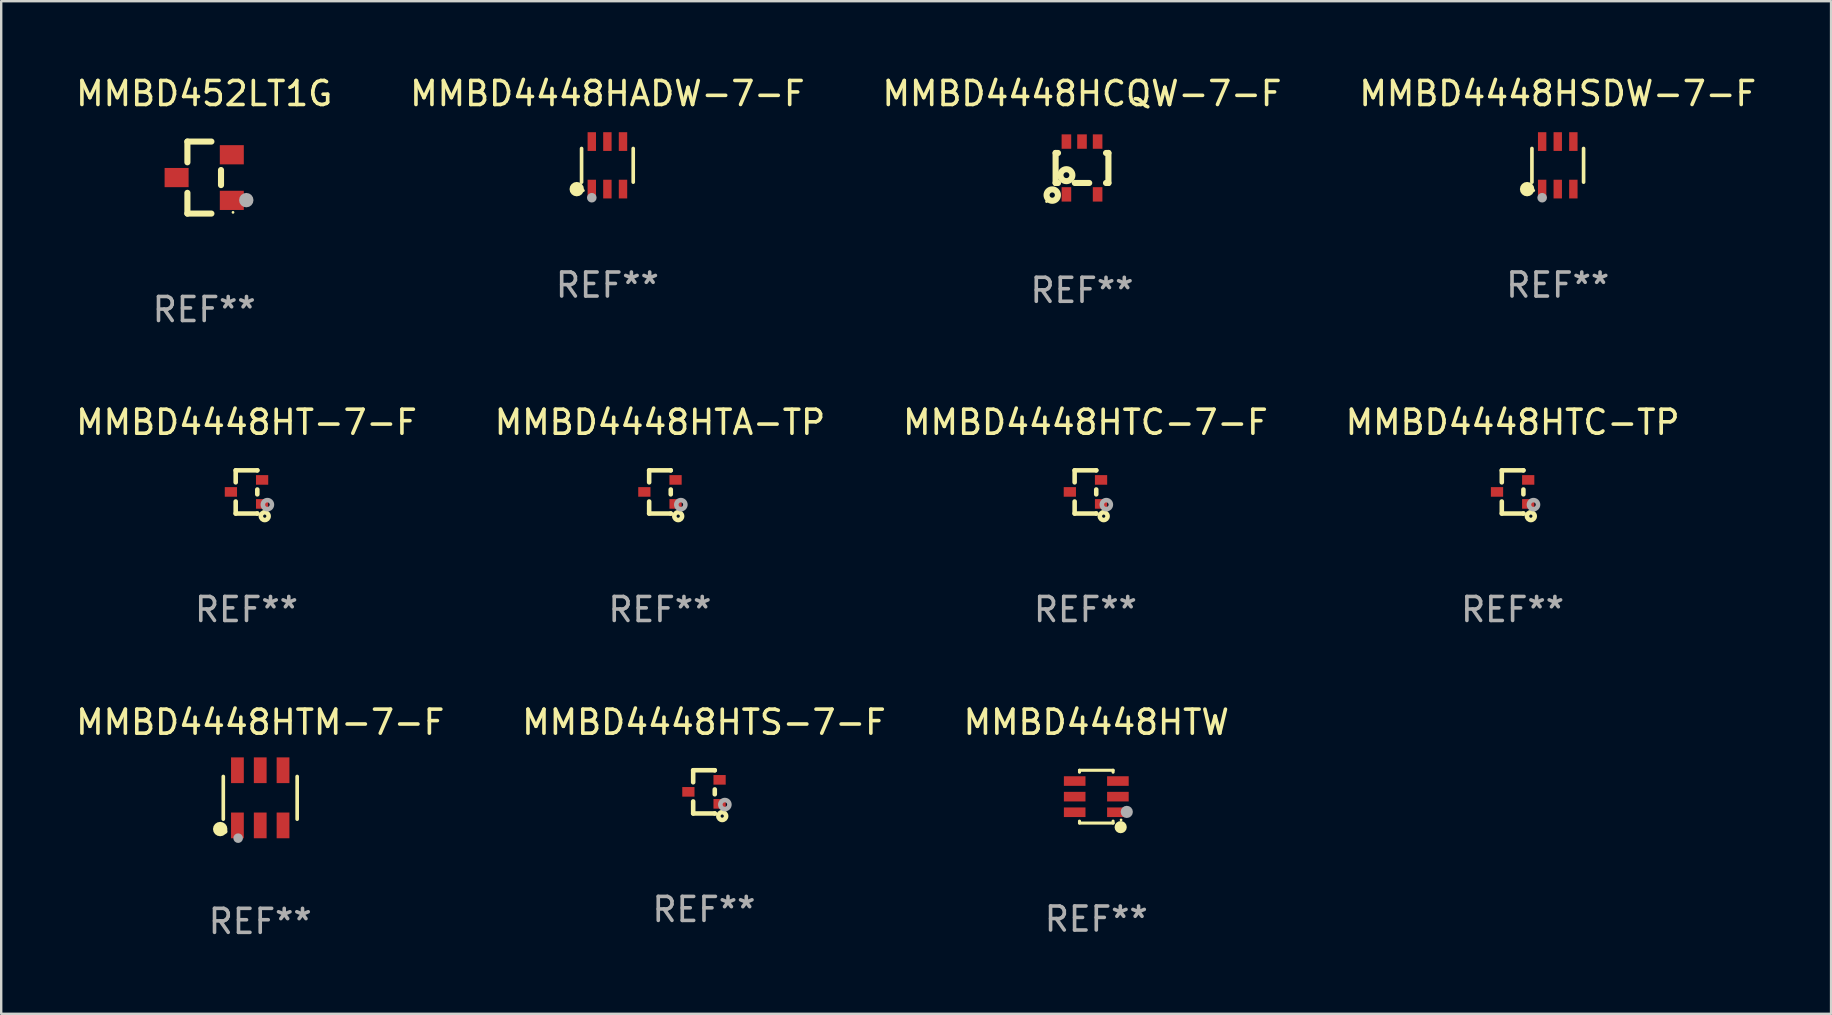
<source format=kicad_pcb>
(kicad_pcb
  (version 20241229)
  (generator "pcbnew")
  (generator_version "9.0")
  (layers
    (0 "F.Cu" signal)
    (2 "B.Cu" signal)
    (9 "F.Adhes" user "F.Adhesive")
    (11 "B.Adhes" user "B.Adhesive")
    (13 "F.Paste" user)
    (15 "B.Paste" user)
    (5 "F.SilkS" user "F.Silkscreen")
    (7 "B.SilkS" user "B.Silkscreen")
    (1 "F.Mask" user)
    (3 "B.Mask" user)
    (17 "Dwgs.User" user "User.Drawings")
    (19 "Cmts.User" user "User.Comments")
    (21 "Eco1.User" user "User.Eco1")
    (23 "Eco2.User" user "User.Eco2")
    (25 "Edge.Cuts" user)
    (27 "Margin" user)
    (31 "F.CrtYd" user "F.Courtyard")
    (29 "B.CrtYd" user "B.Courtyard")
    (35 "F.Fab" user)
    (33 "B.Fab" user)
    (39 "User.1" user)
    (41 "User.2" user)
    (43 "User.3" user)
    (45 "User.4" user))
  (footprint "MMBD4448HTC-TP"
    (layer "F.Cu")
    (at 59.97 17.445)
    (property "Reference" "MMBD4448HTC-TP" (at 0 -2.9 0) (layer "F.SilkS") (effects (font (size 1 1) (thickness 0.15))))
    (attr through_hole)
    (fp_line (start -0.45 -0.9) (end 0.45 -0.9) (stroke (width 0.19) (type solid)) (layer "F.SilkS"))
    (fp_line (start -0.45 -0.399) (end -0.45 -0.9) (stroke (width 0.19) (type solid)) (layer "F.SilkS"))
    (fp_line (start -0.45 0.9) (end -0.45 0.399) (stroke (width 0.19) (type solid)) (layer "F.SilkS"))
    (fp_line (start -0.45 0.9) (end 0.45 0.9) (stroke (width 0.19) (type solid)) (layer "F.SilkS"))
    (fp_line (start 0.45 -0.899) (end 0.45 -0.9) (stroke (width 0.19) (type solid)) (layer "F.SilkS"))
    (fp_line (start 0.45 0.101) (end 0.45 -0.101) (stroke (width 0.19) (type solid)) (layer "F.SilkS"))
    (fp_line (start 0.45 0.9) (end 0.45 0.899) (stroke (width 0.19) (type solid)) (layer "F.SilkS"))
    (fp_circle (center 0.76 1.01) (end 0.827 1.01) (stroke (width 0.19) (type solid)) (fill no) (layer "F.SilkS"))
    (fp_circle (center 0.8 0.8) (end 0.81 0.8) (stroke (width 0.02) (type solid)) (fill no) (layer "F.SilkS"))
    (fp_circle (center 0.87 0.53) (end 0.964 0.53) (stroke (width 0.19) (type solid)) (fill no) (layer "F.Fab"))
    (fp_text user "REF**" (at 0 4.9 0) (layer "F.Fab") (effects (font (size 1 1) (thickness 0.15))))
    (pad "1" smd rect (at 0.65 0.5 90) (size 0.4 0.51) (layers "F.Cu" "F.Mask" "F.Paste"))
    (pad "2" smd rect (at 0.65 -0.5 90) (size 0.4 0.51) (layers "F.Cu" "F.Mask" "F.Paste"))
    (pad "3" smd rect (at -0.65 0.000127 90) (size 0.4 0.51) (layers "F.Cu" "F.Mask" "F.Paste")))
  (footprint "MMBD4448HTA-TP"
    (layer "F.Cu")
    (at 24.446 17.445)
    (property "Reference" "MMBD4448HTA-TP" (at 0 -2.9 0) (layer "F.SilkS") (effects (font (size 1 1) (thickness 0.15))))
    (attr through_hole)
    (fp_line (start -0.45 -0.9) (end 0.45 -0.9) (stroke (width 0.19) (type solid)) (layer "F.SilkS"))
    (fp_line (start -0.45 -0.399) (end -0.45 -0.9) (stroke (width 0.19) (type solid)) (layer "F.SilkS"))
    (fp_line (start -0.45 0.9) (end -0.45 0.399) (stroke (width 0.19) (type solid)) (layer "F.SilkS"))
    (fp_line (start -0.45 0.9) (end 0.45 0.9) (stroke (width 0.19) (type solid)) (layer "F.SilkS"))
    (fp_line (start 0.45 -0.899) (end 0.45 -0.9) (stroke (width 0.19) (type solid)) (layer "F.SilkS"))
    (fp_line (start 0.45 0.101) (end 0.45 -0.101) (stroke (width 0.19) (type solid)) (layer "F.SilkS"))
    (fp_line (start 0.45 0.9) (end 0.45 0.899) (stroke (width 0.19) (type solid)) (layer "F.SilkS"))
    (fp_circle (center 0.76 1.01) (end 0.827 1.01) (stroke (width 0.19) (type solid)) (fill no) (layer "F.SilkS"))
    (fp_circle (center 0.8 0.8) (end 0.81 0.8) (stroke (width 0.02) (type solid)) (fill no) (layer "F.SilkS"))
    (fp_circle (center 0.87 0.53) (end 0.964 0.53) (stroke (width 0.19) (type solid)) (fill no) (layer "F.Fab"))
    (fp_text user "REF**" (at 0 4.9 0) (layer "F.Fab") (effects (font (size 1 1) (thickness 0.15))))
    (pad "1" smd rect (at 0.65 0.5 90) (size 0.4 0.51) (layers "F.Cu" "F.Mask" "F.Paste"))
    (pad "2" smd rect (at 0.65 -0.5 90) (size 0.4 0.51) (layers "F.Cu" "F.Mask" "F.Paste"))
    (pad "3" smd rect (at -0.65 0.000127 90) (size 0.4 0.51) (layers "F.Cu" "F.Mask" "F.Paste")))
  (footprint "MMBD452LT1G"
    (layer "F.Cu")
    (at 5.458 4.348)
    (property "Reference" "MMBD452LT1G" (at 0 -3.5 0) (layer "F.SilkS") (effects (font (size 1 1) (thickness 0.15))))
    (attr through_hole)
    (fp_line (start -0.7 -1.5) (end 0.3 -1.5) (stroke (width 0.254) (type solid)) (layer "F.SilkS"))
    (fp_line (start -0.7 -0.636) (end -0.7 -1.5) (stroke (width 0.254) (type solid)) (layer "F.SilkS"))
    (fp_line (start -0.7 1.5) (end -0.7 0.636) (stroke (width 0.254) (type solid)) (layer "F.SilkS"))
    (fp_line (start -0.7 1.5) (end 0.3 1.5) (stroke (width 0.254) (type solid)) (layer "F.SilkS"))
    (fp_line (start 0.7 0.314) (end 0.7 -0.314) (stroke (width 0.254) (type solid)) (layer "F.SilkS"))
    (fp_circle (center 1.2 1.45) (end 1.23 1.45) (stroke (width 0.06) (type solid)) (fill no) (layer "F.SilkS"))
    (fp_circle (center 1.753 0.94) (end 1.903 0.94) (stroke (width 0.3) (type solid)) (fill no) (layer "F.Fab"))
    (fp_text user "REF**" (at 0 5.5 0) (layer "F.Fab") (effects (font (size 1 1) (thickness 0.15))))
    (pad "1" smd rect (at 1.15 0.95 180) (size 1 0.8) (layers "F.Cu" "F.Mask" "F.Paste"))
    (pad "2" smd rect (at 1.15 -0.95 180) (size 1 0.8) (layers "F.Cu" "F.Mask" "F.Paste"))
    (pad "3" smd rect (at -1.15 -0.000051 180) (size 1 0.8) (layers "F.Cu" "F.Mask" "F.Paste")))
  (footprint "MMBD4448HT-7-F"
    (layer "F.Cu")
    (at 7.22 17.445)
    (property "Reference" "MMBD4448HT-7-F" (at 0 -2.9 0) (layer "F.SilkS") (effects (font (size 1 1) (thickness 0.15))))
    (attr through_hole)
    (fp_line (start -0.45 -0.9) (end 0.45 -0.9) (stroke (width 0.19) (type solid)) (layer "F.SilkS"))
    (fp_line (start -0.45 -0.399) (end -0.45 -0.9) (stroke (width 0.19) (type solid)) (layer "F.SilkS"))
    (fp_line (start -0.45 0.9) (end -0.45 0.399) (stroke (width 0.19) (type solid)) (layer "F.SilkS"))
    (fp_line (start -0.45 0.9) (end 0.45 0.9) (stroke (width 0.19) (type solid)) (layer "F.SilkS"))
    (fp_line (start 0.45 -0.899) (end 0.45 -0.9) (stroke (width 0.19) (type solid)) (layer "F.SilkS"))
    (fp_line (start 0.45 0.101) (end 0.45 -0.101) (stroke (width 0.19) (type solid)) (layer "F.SilkS"))
    (fp_line (start 0.45 0.9) (end 0.45 0.899) (stroke (width 0.19) (type solid)) (layer "F.SilkS"))
    (fp_circle (center 0.76 1.01) (end 0.827 1.01) (stroke (width 0.19) (type solid)) (fill no) (layer "F.SilkS"))
    (fp_circle (center 0.8 0.8) (end 0.81 0.8) (stroke (width 0.02) (type solid)) (fill no) (layer "F.SilkS"))
    (fp_circle (center 0.87 0.53) (end 0.964 0.53) (stroke (width 0.19) (type solid)) (fill no) (layer "F.Fab"))
    (fp_text user "REF**" (at 0 4.9 0) (layer "F.Fab") (effects (font (size 1 1) (thickness 0.15))))
    (pad "1" smd rect (at 0.65 0.5 90) (size 0.4 0.51) (layers "F.Cu" "F.Mask" "F.Paste"))
    (pad "2" smd rect (at 0.65 -0.5 90) (size 0.4 0.51) (layers "F.Cu" "F.Mask" "F.Paste"))
    (pad "3" smd rect (at -0.65 0.000127 90) (size 0.4 0.51) (layers "F.Cu" "F.Mask" "F.Paste")))
  (footprint "MMBD4448HSDW-7-F"
    (layer "F.Cu")
    (at 61.851 3.838)
    (property "Reference" "MMBD4448HSDW-7-F" (at 0 -2.99 0) (layer "F.SilkS") (effects (font (size 1 1) (thickness 0.15))))
    (attr through_hole)
    (fp_line (start -1.076 0.701) (end -1.076 -0.701) (stroke (width 0.152) (type solid)) (layer "F.SilkS"))
    (fp_line (start 1.076 0.701) (end 1.076 -0.701) (stroke (width 0.152) (type solid)) (layer "F.SilkS"))
    (fp_circle (center -1.277 0.992) (end -1.127 0.992) (stroke (width 0.3) (type solid)) (fill no) (layer "F.SilkS"))
    (fp_circle (center -1 1.05) (end -0.97 1.05) (stroke (width 0.06) (type solid)) (fill no) (layer "F.SilkS"))
    (fp_circle (center -0.65 1.35) (end -0.55 1.35) (stroke (width 0.2) (type solid)) (fill no) (layer "F.Fab"))
    (fp_text user "REF**" (at 0 4.99 0) (layer "F.Fab") (effects (font (size 1 1) (thickness 0.15))))
    (pad "1" smd rect (at -0.65 0.99) (size 0.35 0.78) (layers "F.Cu" "F.Mask" "F.Paste"))
    (pad "2" smd rect (at 0 0.99) (size 0.35 0.78) (layers "F.Cu" "F.Mask" "F.Paste"))
    (pad "3" smd rect (at 0.65 0.99) (size 0.35 0.78) (layers "F.Cu" "F.Mask" "F.Paste"))
    (pad "4" smd rect (at 0.65 -0.99) (size 0.35 0.78) (layers "F.Cu" "F.Mask" "F.Paste"))
    (pad "5" smd rect (at 0 -0.99) (size 0.35 0.78) (layers "F.Cu" "F.Mask" "F.Paste"))
    (pad "6" smd rect (at -0.65 -0.99) (size 0.35 0.78) (layers "F.Cu" "F.Mask" "F.Paste")))
  (footprint "MMBD4448HADW-7-F"
    (layer "F.Cu")
    (at 22.256 3.838)
    (property "Reference" "MMBD4448HADW-7-F" (at 0 -2.99 0) (layer "F.SilkS") (effects (font (size 1 1) (thickness 0.15))))
    (attr through_hole)
    (fp_line (start -1.076 0.701) (end -1.076 -0.701) (stroke (width 0.152) (type solid)) (layer "F.SilkS"))
    (fp_line (start 1.076 0.701) (end 1.076 -0.701) (stroke (width 0.152) (type solid)) (layer "F.SilkS"))
    (fp_circle (center -1.277 0.992) (end -1.127 0.992) (stroke (width 0.3) (type solid)) (fill no) (layer "F.SilkS"))
    (fp_circle (center -1 1.05) (end -0.97 1.05) (stroke (width 0.06) (type solid)) (fill no) (layer "F.SilkS"))
    (fp_circle (center -0.65 1.35) (end -0.55 1.35) (stroke (width 0.2) (type solid)) (fill no) (layer "F.Fab"))
    (fp_text user "REF**" (at 0 4.99 0) (layer "F.Fab") (effects (font (size 1 1) (thickness 0.15))))
    (pad "1" smd rect (at -0.65 0.99) (size 0.35 0.78) (layers "F.Cu" "F.Mask" "F.Paste"))
    (pad "2" smd rect (at 0 0.99) (size 0.35 0.78) (layers "F.Cu" "F.Mask" "F.Paste"))
    (pad "3" smd rect (at 0.65 0.99) (size 0.35 0.78) (layers "F.Cu" "F.Mask" "F.Paste"))
    (pad "4" smd rect (at 0.65 -0.99) (size 0.35 0.78) (layers "F.Cu" "F.Mask" "F.Paste"))
    (pad "5" smd rect (at 0 -0.99) (size 0.35 0.78) (layers "F.Cu" "F.Mask" "F.Paste"))
    (pad "6" smd rect (at -0.65 -0.99) (size 0.35 0.78) (layers "F.Cu" "F.Mask" "F.Paste")))
  (footprint "MMBD4448HTC-7-F"
    (layer "F.Cu")
    (at 42.173 17.445)
    (property "Reference" "MMBD4448HTC-7-F" (at 0 -2.9 0) (layer "F.SilkS") (effects (font (size 1 1) (thickness 0.15))))
    (attr through_hole)
    (fp_line (start -0.45 -0.9) (end 0.45 -0.9) (stroke (width 0.19) (type solid)) (layer "F.SilkS"))
    (fp_line (start -0.45 -0.399) (end -0.45 -0.9) (stroke (width 0.19) (type solid)) (layer "F.SilkS"))
    (fp_line (start -0.45 0.9) (end -0.45 0.399) (stroke (width 0.19) (type solid)) (layer "F.SilkS"))
    (fp_line (start -0.45 0.9) (end 0.45 0.9) (stroke (width 0.19) (type solid)) (layer "F.SilkS"))
    (fp_line (start 0.45 -0.899) (end 0.45 -0.9) (stroke (width 0.19) (type solid)) (layer "F.SilkS"))
    (fp_line (start 0.45 0.101) (end 0.45 -0.101) (stroke (width 0.19) (type solid)) (layer "F.SilkS"))
    (fp_line (start 0.45 0.9) (end 0.45 0.899) (stroke (width 0.19) (type solid)) (layer "F.SilkS"))
    (fp_circle (center 0.76 1.01) (end 0.827 1.01) (stroke (width 0.19) (type solid)) (fill no) (layer "F.SilkS"))
    (fp_circle (center 0.8 0.8) (end 0.81 0.8) (stroke (width 0.02) (type solid)) (fill no) (layer "F.SilkS"))
    (fp_circle (center 0.87 0.53) (end 0.964 0.53) (stroke (width 0.19) (type solid)) (fill no) (layer "F.Fab"))
    (fp_text user "REF**" (at 0 4.9 0) (layer "F.Fab") (effects (font (size 1 1) (thickness 0.15))))
    (pad "1" smd rect (at 0.65 0.5 90) (size 0.4 0.51) (layers "F.Cu" "F.Mask" "F.Paste"))
    (pad "2" smd rect (at 0.65 -0.5 90) (size 0.4 0.51) (layers "F.Cu" "F.Mask" "F.Paste"))
    (pad "3" smd rect (at -0.65 0.000127 90) (size 0.4 0.51) (layers "F.Cu" "F.Mask" "F.Paste")))
  (footprint "MMBD4448HTM-7-F"
    (layer "F.Cu")
    (at 7.792 30.19)
    (property "Reference" "MMBD4448HTM-7-F" (at 0 -3.149 0) (layer "F.SilkS") (effects (font (size 1 1) (thickness 0.15))))
    (attr through_hole)
    (fp_line (start -1.539 0.889) (end -1.539 -0.889) (stroke (width 0.152) (type solid)) (layer "F.SilkS"))
    (fp_line (start 1.539 0.889) (end 1.539 -0.889) (stroke (width 0.152) (type solid)) (layer "F.SilkS"))
    (fp_circle (center -1.668 1.301) (end -1.518 1.301) (stroke (width 0.3) (type solid)) (fill no) (layer "F.SilkS"))
    (fp_circle (center -1.463 1.4) (end -1.413 1.4) (stroke (width 0.1) (type solid)) (fill no) (layer "F.SilkS"))
    (fp_circle (center -0.92 1.68) (end -0.82 1.68) (stroke (width 0.2) (type solid)) (fill no) (layer "F.Fab"))
    (fp_text user "REF**" (at 0 5.149 0) (layer "F.Fab") (effects (font (size 1 1) (thickness 0.15))))
    (pad "1" smd rect (at -0.95 1.149) (size 0.532 1.072) (layers "F.Cu" "F.Mask" "F.Paste"))
    (pad "2" smd rect (at 0 1.149) (size 0.532 1.072) (layers "F.Cu" "F.Mask" "F.Paste"))
    (pad "3" smd rect (at 0.95 1.149) (size 0.532 1.072) (layers "F.Cu" "F.Mask" "F.Paste"))
    (pad "4" smd rect (at 0.95 -1.149) (size 0.532 1.072) (layers "F.Cu" "F.Mask" "F.Paste"))
    (pad "5" smd rect (at 0 -1.149) (size 0.532 1.072) (layers "F.Cu" "F.Mask" "F.Paste"))
    (pad "6" smd rect (at -0.95 -1.149) (size 0.532 1.072) (layers "F.Cu" "F.Mask" "F.Paste")))
  (footprint "MMBD4448HTS-7-F"
    (layer "F.Cu")
    (at 26.28 29.941)
    (property "Reference" "MMBD4448HTS-7-F" (at 0 -2.9 0) (layer "F.SilkS") (effects (font (size 1 1) (thickness 0.15))))
    (attr through_hole)
    (fp_line (start -0.45 -0.9) (end 0.45 -0.9) (stroke (width 0.19) (type solid)) (layer "F.SilkS"))
    (fp_line (start -0.45 -0.399) (end -0.45 -0.9) (stroke (width 0.19) (type solid)) (layer "F.SilkS"))
    (fp_line (start -0.45 0.9) (end -0.45 0.399) (stroke (width 0.19) (type solid)) (layer "F.SilkS"))
    (fp_line (start -0.45 0.9) (end 0.45 0.9) (stroke (width 0.19) (type solid)) (layer "F.SilkS"))
    (fp_line (start 0.45 -0.899) (end 0.45 -0.9) (stroke (width 0.19) (type solid)) (layer "F.SilkS"))
    (fp_line (start 0.45 0.101) (end 0.45 -0.101) (stroke (width 0.19) (type solid)) (layer "F.SilkS"))
    (fp_line (start 0.45 0.9) (end 0.45 0.899) (stroke (width 0.19) (type solid)) (layer "F.SilkS"))
    (fp_circle (center 0.76 1.01) (end 0.827 1.01) (stroke (width 0.19) (type solid)) (fill no) (layer "F.SilkS"))
    (fp_circle (center 0.8 0.8) (end 0.81 0.8) (stroke (width 0.02) (type solid)) (fill no) (layer "F.SilkS"))
    (fp_circle (center 0.87 0.53) (end 0.964 0.53) (stroke (width 0.19) (type solid)) (fill no) (layer "F.Fab"))
    (fp_text user "REF**" (at 0 4.9 0) (layer "F.Fab") (effects (font (size 1 1) (thickness 0.15))))
    (pad "1" smd rect (at 0.65 0.5 90) (size 0.4 0.51) (layers "F.Cu" "F.Mask" "F.Paste"))
    (pad "2" smd rect (at 0.65 -0.5 90) (size 0.4 0.51) (layers "F.Cu" "F.Mask" "F.Paste"))
    (pad "3" smd rect (at -0.65 0.000127 90) (size 0.4 0.51) (layers "F.Cu" "F.Mask" "F.Paste")))
  (footprint "MMBD4448HTW"
    (layer "F.Cu")
    (at 42.625 30.141)
    (property "Reference" "MMBD4448HTW" (at 0 -3.1 0) (layer "F.SilkS") (effects (font (size 1 1) (thickness 0.15))))
    (attr through_hole)
    (fp_line (start -0.7 -1.018) (end -0.7 -1.1) (stroke (width 0.127) (type solid)) (layer "F.SilkS"))
    (fp_line (start -0.7 1.1) (end -0.7 1.018) (stroke (width 0.127) (type solid)) (layer "F.SilkS"))
    (fp_line (start 0.7 -1.1) (end -0.7 -1.1) (stroke (width 0.127) (type solid)) (layer "F.SilkS"))
    (fp_line (start 0.7 -1.018) (end 0.7 -1.1) (stroke (width 0.127) (type solid)) (layer "F.SilkS"))
    (fp_line (start 0.7 1.1) (end -0.7 1.1) (stroke (width 0.127) (type solid)) (layer "F.SilkS"))
    (fp_line (start 0.7 1.1) (end 0.7 1.018) (stroke (width 0.127) (type solid)) (layer "F.SilkS"))
    (fp_circle (center 1.016 1.27) (end 1.143 1.27) (stroke (width 0.254) (type solid)) (fill no) (layer "F.SilkS"))
    (fp_circle (center 1.032 0.97) (end 1.062 0.97) (stroke (width 0.06) (type solid)) (fill no) (layer "F.SilkS"))
    (fp_circle (center 1.27 0.635) (end 1.397 0.635) (stroke (width 0.254) (type solid)) (fill no) (layer "F.Fab"))
    (fp_text user "REF**" (at 0 5.1 0) (layer "F.Fab") (effects (font (size 1 1) (thickness 0.15))))
    (pad "1" smd rect (at 0.9 0.65 90) (size 0.4 0.9) (layers "F.Cu" "F.Mask" "F.Paste"))
    (pad "2" smd rect (at 0.9 -0.000102 90) (size 0.4 0.9) (layers "F.Cu" "F.Mask" "F.Paste"))
    (pad "3" smd rect (at 0.9 -0.65 90) (size 0.4 0.9) (layers "F.Cu" "F.Mask" "F.Paste"))
    (pad "4" smd rect (at -0.9 -0.65 90) (size 0.4 0.9) (layers "F.Cu" "F.Mask" "F.Paste"))
    (pad "5" smd rect (at -0.9 -0.000102 90) (size 0.4 0.9) (layers "F.Cu" "F.Mask" "F.Paste"))
    (pad "6" smd rect (at -0.9 0.65 90) (size 0.4 0.9) (layers "F.Cu" "F.Mask" "F.Paste")))
  (footprint "MMBD4448HCQW-7-F"
    (layer "F.Cu")
    (at 42.03 3.948)
    (property "Reference" "MMBD4448HCQW-7-F" (at 0 -3.1 0) (layer "F.SilkS") (effects (font (size 1 1) (thickness 0.15))))
    (attr through_hole)
    (fp_line (start -1.1 -0.625) (end -1.1 0.625) (stroke (width 0.254) (type solid)) (layer "F.SilkS"))
    (fp_line (start -1.1 -0.625) (end -1 -0.625) (stroke (width 0.254) (type solid)) (layer "F.SilkS"))
    (fp_line (start -1.1 0.625) (end -1 0.625) (stroke (width 0.254) (type solid)) (layer "F.SilkS"))
    (fp_line (start -0.3 0.625) (end 0.3 0.625) (stroke (width 0.254) (type solid)) (layer "F.SilkS"))
    (fp_line (start 1 0.625) (end 1.1 0.625) (stroke (width 0.254) (type solid)) (layer "F.SilkS"))
    (fp_line (start 1 -0.625) (end 1.1 -0.625) (stroke (width 0.254) (type solid)) (layer "F.SilkS"))
    (fp_line (start 1.1 -0.625) (end 1.1 0.625) (stroke (width 0.254) (type solid)) (layer "F.SilkS"))
    (fp_circle (center -1.477 1.4) (end -1.447 1.4) (stroke (width 0.06) (type solid)) (fill no) (layer "F.SilkS"))
    (fp_circle (center -1.24 1.13) (end -1.13 1.13) (stroke (width 0.254) (type solid)) (fill no) (layer "F.SilkS"))
    (fp_circle (center -0.65 0.3) (end -0.528 0.3) (stroke (width 0.254) (type solid)) (fill no) (layer "F.SilkS"))
    (fp_text user "REF**" (at 0 5.1 0) (layer "F.Fab") (effects (font (size 1 1) (thickness 0.15))))
    (pad "1" smd rect (at -0.65 1.1 180) (size 0.4 0.6) (layers "F.Cu" "F.Mask" "F.Paste"))
    (pad "3" smd rect (at 0.65 1.1 180) (size 0.4 0.6) (layers "F.Cu" "F.Mask" "F.Paste"))
    (pad "4" smd rect (at 0.65 -1.1 180) (size 0.4 0.6) (layers "F.Cu" "F.Mask" "F.Paste"))
    (pad "5" smd rect (at -0.000025 -1.1 180) (size 0.4 0.6) (layers "F.Cu" "F.Mask" "F.Paste"))
    (pad "6" smd rect (at -0.65 -1.1 180) (size 0.4 0.6) (layers "F.Cu" "F.Mask" "F.Paste")))
  (gr_rect
    (start -3 -3)
    (end 73.238 39.188)
    (stroke (width 0.1) (type default))
    (fill no)
    (layer "Edge.Cuts")))
</source>
